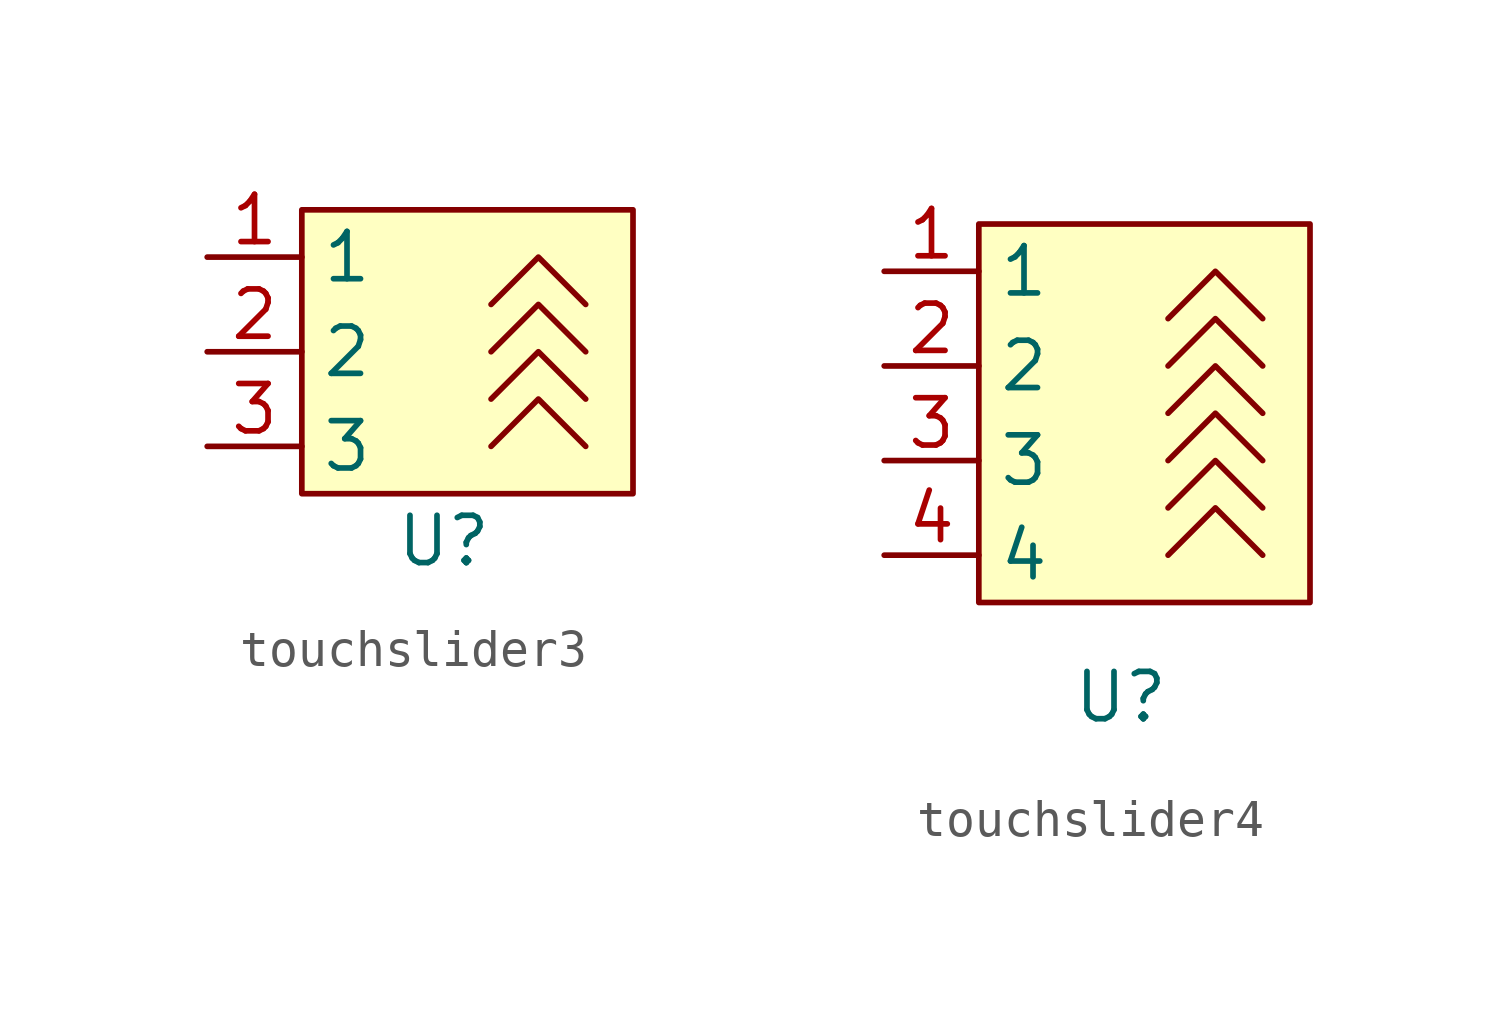
<source format=kicad_sym>
(kicad_symbol_lib
  (version 20231120)
  (generator "kicad_symbol_editor")
  (generator_version "8.0")
  (symbol "touchslider3"
    (property "Reference" "U"
      (at 0 0 0)
      (effects (font (size 1.27 1.27))))
    (property "Value" ""
      (at 0 0 0)
      (effects (font (size 1.27 1.27))))
    (symbol "touchslider3_0_1"
      (rectangle (start -3.81 8.89) (end 5.08 1.27) (stroke (width 0) (type default)) (fill (type background)))
      (polyline (pts (xy 1.27 2.54) (xy 2.54 3.81) (xy 3.81 2.54)) (stroke (width 0) (type default)) (fill (type none)))
      (polyline (pts (xy 1.27 3.81) (xy 2.54 5.08) (xy 3.81 3.81)) (stroke (width 0) (type default)) (fill (type none)))
      (polyline (pts (xy 1.27 5.08) (xy 2.54 6.35) (xy 3.81 5.08)) (stroke (width 0) (type default)) (fill (type none)))
      (polyline (pts (xy 1.27 6.35) (xy 2.54 7.62) (xy 3.81 6.35)) (stroke (width 0) (type default)) (fill (type none))))
    (symbol "touchslider3_1_1"
      (pin input line (at -6.35 7.62 0) (length 2.54) (name "1" (effects (font (size 1.27 1.27)))) (number "1" (effects (font (size 1.27 1.27)))))
      (pin input line (at -6.35 5.08 0) (length 2.54) (name "2" (effects (font (size 1.27 1.27)))) (number "2" (effects (font (size 1.27 1.27)))))
      (pin input line (at -6.35 2.54 0) (length 2.54) (name "3" (effects (font (size 1.27 1.27)))) (number "3" (effects (font (size 1.27 1.27)))))))
  (symbol "touchslider4"
    (property "Reference" "U"
      (at 0 0 0)
      (effects (font (size 1.27 1.27))))
    (property "Value" ""
      (at 0 0 0)
      (effects (font (size 1.27 1.27))))
    (symbol "touchslider4_0_1"
      (rectangle (start -3.81 12.7) (end 5.08 2.54) (stroke (width 0) (type default)) (fill (type background)))
      (polyline (pts (xy 1.27 3.81) (xy 2.54 5.08) (xy 3.81 3.81)) (stroke (width 0) (type default)) (fill (type none)))
      (polyline (pts (xy 1.27 5.08) (xy 2.54 6.35) (xy 3.81 5.08)) (stroke (width 0) (type default)) (fill (type none)))
      (polyline (pts (xy 1.27 6.35) (xy 2.54 7.62) (xy 3.81 6.35)) (stroke (width 0) (type default)) (fill (type none)))
      (polyline (pts (xy 1.27 7.62) (xy 2.54 8.89) (xy 3.81 7.62)) (stroke (width 0) (type default)) (fill (type none)))
      (polyline (pts (xy 1.27 8.89) (xy 2.54 10.16) (xy 3.81 8.89)) (stroke (width 0) (type default)) (fill (type none)))
      (polyline (pts (xy 1.27 10.16) (xy 2.54 11.43) (xy 3.81 10.16)) (stroke (width 0) (type default)) (fill (type none))))
    (symbol "touchslider4_1_1"
      (pin input line (at -6.35 11.43 0) (length 2.54) (name "1" (effects (font (size 1.27 1.27)))) (number "1" (effects (font (size 1.27 1.27)))))
      (pin input line (at -6.35 8.89 0) (length 2.54) (name "2" (effects (font (size 1.27 1.27)))) (number "2" (effects (font (size 1.27 1.27)))))
      (pin input line (at -6.35 6.35 0) (length 2.54) (name "3" (effects (font (size 1.27 1.27)))) (number "3" (effects (font (size 1.27 1.27)))))
      (pin input line (at -6.35 3.81 0) (length 2.54) (name "4" (effects (font (size 1.27 1.27)))) (number "4" (effects (font (size 1.27 1.27))))))))
</source>
